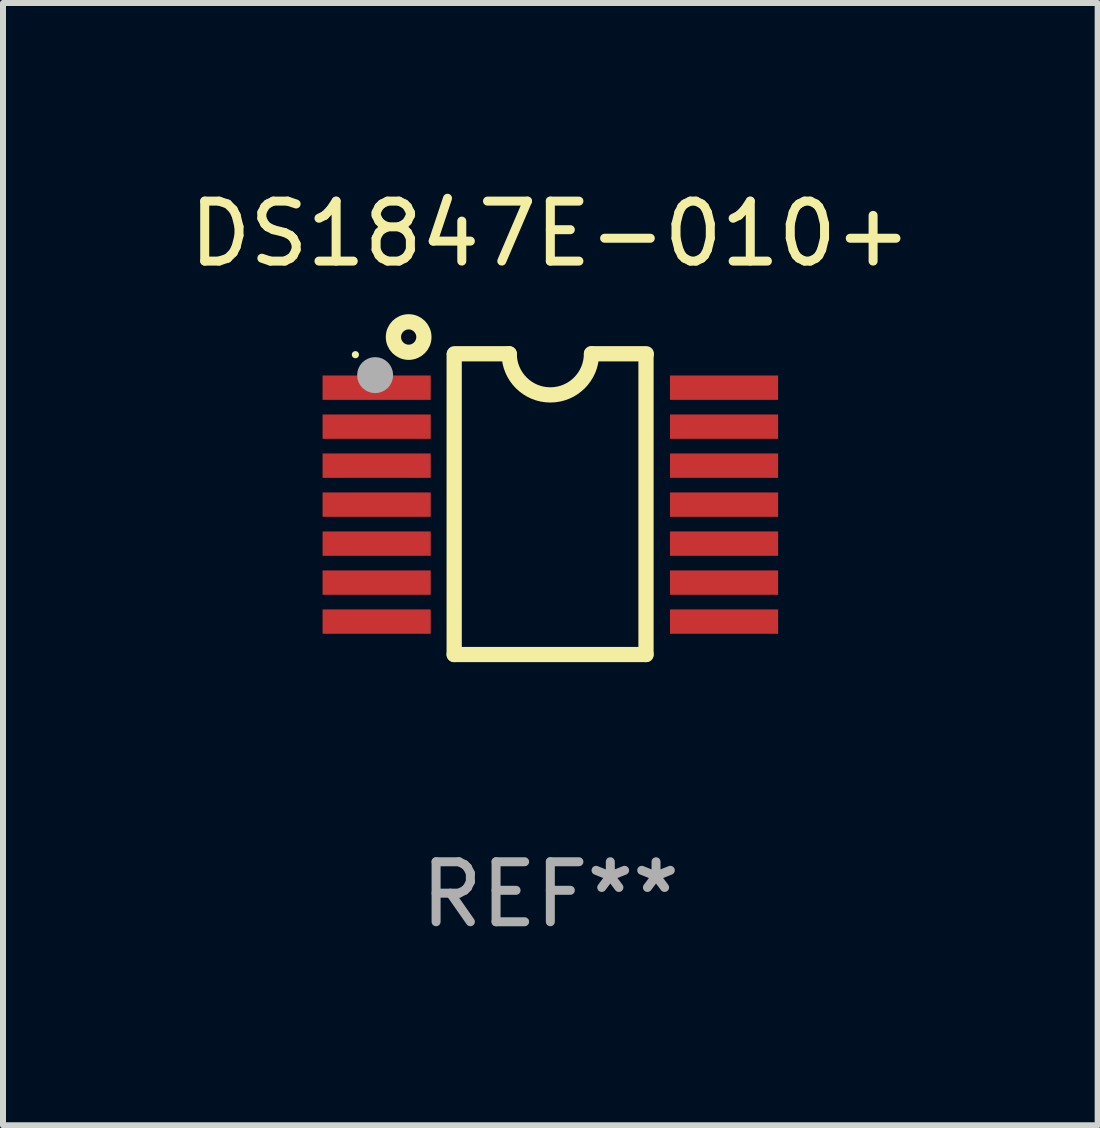
<source format=kicad_pcb>
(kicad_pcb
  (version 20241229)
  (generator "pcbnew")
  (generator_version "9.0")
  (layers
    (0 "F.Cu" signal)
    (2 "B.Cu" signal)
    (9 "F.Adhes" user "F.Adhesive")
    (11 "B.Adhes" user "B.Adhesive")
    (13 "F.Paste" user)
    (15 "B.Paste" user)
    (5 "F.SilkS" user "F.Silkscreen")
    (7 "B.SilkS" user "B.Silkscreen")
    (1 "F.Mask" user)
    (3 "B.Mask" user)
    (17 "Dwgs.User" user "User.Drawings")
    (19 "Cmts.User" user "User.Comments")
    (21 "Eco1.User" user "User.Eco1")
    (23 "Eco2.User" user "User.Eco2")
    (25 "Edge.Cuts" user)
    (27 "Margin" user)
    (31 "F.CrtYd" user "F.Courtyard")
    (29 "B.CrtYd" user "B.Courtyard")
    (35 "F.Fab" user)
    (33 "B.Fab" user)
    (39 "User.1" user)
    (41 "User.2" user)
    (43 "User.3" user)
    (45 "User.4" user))
  (footprint "DS1847E-010+"
    (layer "F.Cu")
    (at 6.125 5.355)
    (property "Reference" "DS1847E-010+" (at 0 -4.507 0) (layer "F.SilkS") (effects (font (size 1 1) (thickness 0.15))))
    (attr through_hole)
    (fp_line (start -1.603 2.507) (end -1.603 -2.494) (stroke (width 0.254) (type solid)) (layer "F.SilkS"))
    (fp_line (start -1.603 2.507) (end 1.595 2.507) (stroke (width 0.254) (type solid)) (layer "F.SilkS"))
    (fp_line (start -1.6 -2.507) (end -0.686 -2.507) (stroke (width 0.254) (type solid)) (layer "F.SilkS"))
    (fp_line (start 0.686 -2.507) (end 1.6 -2.507) (stroke (width 0.254) (type solid)) (layer "F.SilkS"))
    (fp_line (start 1.595 2.507) (end 1.595 -2.494) (stroke (width 0.254) (type solid)) (layer "F.SilkS"))
    (fp_arc (start 0.685852 -2.506998) (mid 0.000051 -1.821197) (end -0.68575 -2.506998) (stroke (width 0.254001) (type solid)) (layer "F.SilkS"))
    (fp_circle (center -3.25 -2.492) (end -3.22 -2.492) (stroke (width 0.06) (type solid)) (fill no) (layer "F.SilkS"))
    (fp_circle (center -2.362 -2.786) (end -2.108 -2.786) (stroke (width 0.254) (type solid)) (fill no) (layer "F.SilkS"))
    (fp_circle (center -2.921 -2.151) (end -2.771 -2.151) (stroke (width 0.3) (type solid)) (fill no) (layer "F.Fab"))
    (fp_text user "REF**" (at 0 6.507 0) (layer "F.Fab") (effects (font (size 1 1) (thickness 0.15))))
    (pad "1" smd rect (at -2.896 -1.942) (size 1.803 0.406) (layers "F.Cu" "F.Mask" "F.Paste"))
    (pad "2" smd rect (at -2.896 -1.292) (size 1.803 0.406) (layers "F.Cu" "F.Mask" "F.Paste"))
    (pad "3" smd rect (at -2.896 -0.642) (size 1.803 0.406) (layers "F.Cu" "F.Mask" "F.Paste"))
    (pad "4" smd rect (at -2.896 0.008) (size 1.803 0.406) (layers "F.Cu" "F.Mask" "F.Paste"))
    (pad "5" smd rect (at -2.896 0.658) (size 1.803 0.406) (layers "F.Cu" "F.Mask" "F.Paste"))
    (pad "6" smd rect (at -2.896 1.308) (size 1.803 0.406) (layers "F.Cu" "F.Mask" "F.Paste"))
    (pad "7" smd rect (at -2.896 1.958) (size 1.803 0.406) (layers "F.Cu" "F.Mask" "F.Paste"))
    (pad "8" smd rect (at 2.896 1.958) (size 1.803 0.406) (layers "F.Cu" "F.Mask" "F.Paste"))
    (pad "9" smd rect (at 2.896 1.308) (size 1.803 0.406) (layers "F.Cu" "F.Mask" "F.Paste"))
    (pad "10" smd rect (at 2.896 0.658) (size 1.803 0.406) (layers "F.Cu" "F.Mask" "F.Paste"))
    (pad "11" smd rect (at 2.896 0.008) (size 1.803 0.406) (layers "F.Cu" "F.Mask" "F.Paste"))
    (pad "12" smd rect (at 2.896 -0.642) (size 1.803 0.406) (layers "F.Cu" "F.Mask" "F.Paste"))
    (pad "13" smd rect (at 2.896 -1.292) (size 1.803 0.406) (layers "F.Cu" "F.Mask" "F.Paste"))
    (pad "14" smd rect (at 2.896 -1.942) (size 1.803 0.406) (layers "F.Cu" "F.Mask" "F.Paste")))
  (gr_rect
    (start -3 -3)
    (end 15.25 15.71)
    (stroke (width 0.1) (type default))
    (fill no)
    (layer "Edge.Cuts")))
</source>
